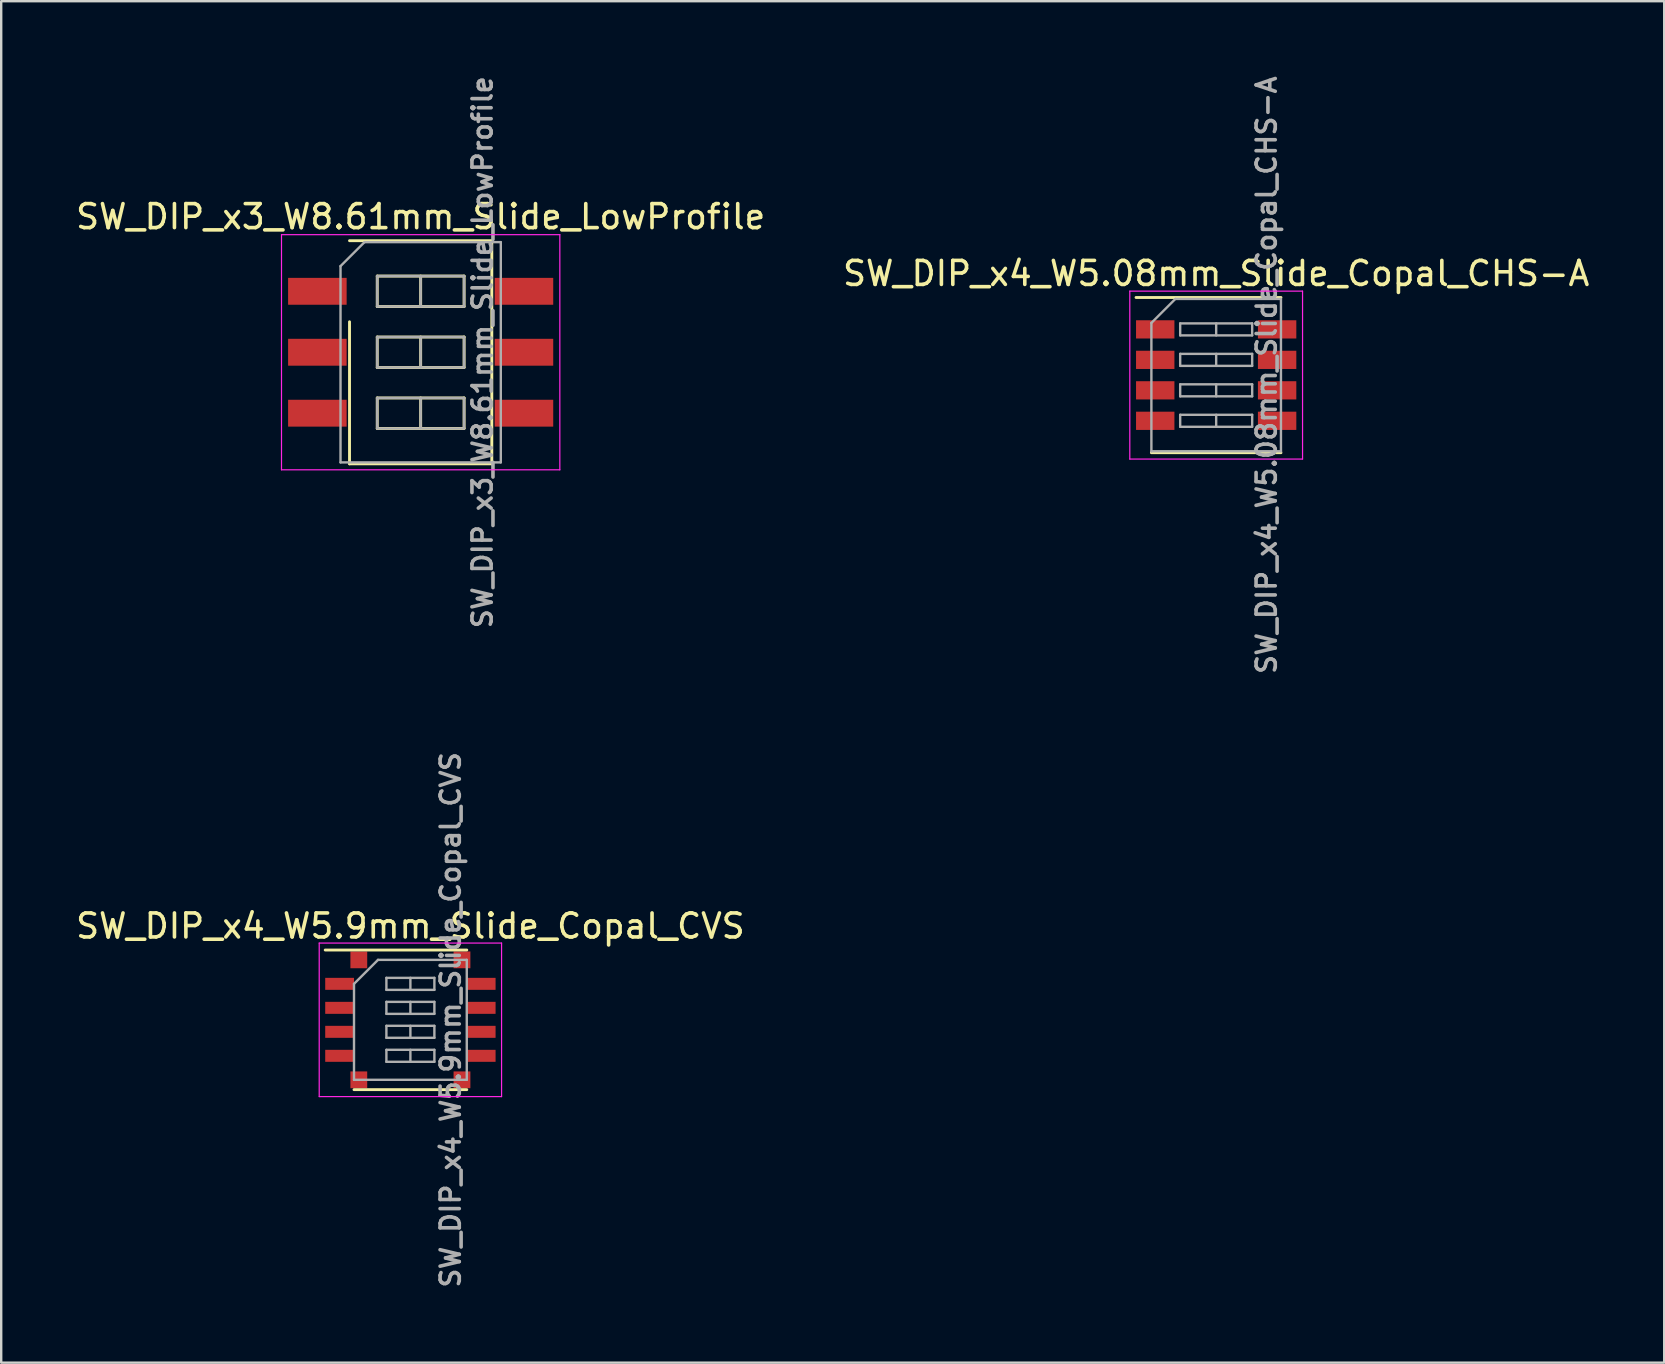
<source format=kicad_pcb>
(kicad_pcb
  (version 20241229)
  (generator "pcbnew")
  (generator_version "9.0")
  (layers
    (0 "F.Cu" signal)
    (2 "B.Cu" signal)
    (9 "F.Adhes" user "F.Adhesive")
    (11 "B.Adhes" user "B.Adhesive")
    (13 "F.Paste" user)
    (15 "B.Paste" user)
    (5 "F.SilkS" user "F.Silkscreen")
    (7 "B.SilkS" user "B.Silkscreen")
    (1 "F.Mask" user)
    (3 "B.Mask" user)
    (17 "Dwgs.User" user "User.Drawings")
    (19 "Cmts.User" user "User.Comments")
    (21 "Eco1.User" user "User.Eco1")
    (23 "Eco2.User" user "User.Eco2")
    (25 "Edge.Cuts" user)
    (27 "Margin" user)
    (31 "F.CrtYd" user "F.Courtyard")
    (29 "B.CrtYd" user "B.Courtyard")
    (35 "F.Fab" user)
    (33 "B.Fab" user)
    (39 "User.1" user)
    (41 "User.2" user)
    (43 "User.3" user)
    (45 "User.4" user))
  (footprint "SW_DIP_x4_W5.08mm_Slide_Copal_CHS-A"
    (layer "F.Cu")
    (at 47.637 12.583)
    (property "Reference" "SW_DIP_x4_W5.08mm_Slide_Copal_CHS-A" (at 0 -4.235 0) (layer "F.SilkS") (effects (font (size 1 1) (thickness 0.15))))
    (attr smd)
    (fp_line (start -3.34 -3.235) (end 2.7 -3.235) (stroke (width 0.12) (type solid)) (layer "F.SilkS"))
    (fp_line (start -2.7 3.235) (end 2.7 3.235) (stroke (width 0.12) (type solid)) (layer "F.SilkS"))
    (fp_line (start -3.6 -3.5) (end -3.6 3.5) (stroke (width 0.05) (type solid)) (layer "F.CrtYd"))
    (fp_line (start -3.6 3.5) (end 3.6 3.5) (stroke (width 0.05) (type solid)) (layer "F.CrtYd"))
    (fp_line (start 3.6 -3.5) (end -3.6 -3.5) (stroke (width 0.05) (type solid)) (layer "F.CrtYd"))
    (fp_line (start 3.6 3.5) (end 3.6 -3.5) (stroke (width 0.05) (type solid)) (layer "F.CrtYd"))
    (fp_line (start -2.7 -2.175) (end -1.7 -3.175) (stroke (width 0.1) (type solid)) (layer "F.Fab"))
    (fp_line (start -2.7 3.175) (end -2.7 -2.175) (stroke (width 0.1) (type solid)) (layer "F.Fab"))
    (fp_line (start -1.7 -3.175) (end 2.7 -3.175) (stroke (width 0.1) (type solid)) (layer "F.Fab"))
    (fp_line (start -1.5 -2.155) (end -1.5 -1.655) (stroke (width 0.1) (type solid)) (layer "F.Fab"))
    (fp_line (start -1.5 -1.655) (end 1.5 -1.655) (stroke (width 0.1) (type solid)) (layer "F.Fab"))
    (fp_line (start -1.5 -0.885) (end -1.5 -0.385) (stroke (width 0.1) (type solid)) (layer "F.Fab"))
    (fp_line (start -1.5 -0.385) (end 1.5 -0.385) (stroke (width 0.1) (type solid)) (layer "F.Fab"))
    (fp_line (start -1.5 0.385) (end -1.5 0.885) (stroke (width 0.1) (type solid)) (layer "F.Fab"))
    (fp_line (start -1.5 0.885) (end 1.5 0.885) (stroke (width 0.1) (type solid)) (layer "F.Fab"))
    (fp_line (start -1.5 1.655) (end -1.5 2.155) (stroke (width 0.1) (type solid)) (layer "F.Fab"))
    (fp_line (start -1.5 2.155) (end 1.5 2.155) (stroke (width 0.1) (type solid)) (layer "F.Fab"))
    (fp_line (start 0 -2.155) (end 0 -1.655) (stroke (width 0.1) (type solid)) (layer "F.Fab"))
    (fp_line (start 0 -0.885) (end 0 -0.385) (stroke (width 0.1) (type solid)) (layer "F.Fab"))
    (fp_line (start 0 0.385) (end 0 0.885) (stroke (width 0.1) (type solid)) (layer "F.Fab"))
    (fp_line (start 0 1.655) (end 0 2.155) (stroke (width 0.1) (type solid)) (layer "F.Fab"))
    (fp_line (start 1.5 -2.155) (end -1.5 -2.155) (stroke (width 0.1) (type solid)) (layer "F.Fab"))
    (fp_line (start 1.5 -1.655) (end 1.5 -2.155) (stroke (width 0.1) (type solid)) (layer "F.Fab"))
    (fp_line (start 1.5 -0.885) (end -1.5 -0.885) (stroke (width 0.1) (type solid)) (layer "F.Fab"))
    (fp_line (start 1.5 -0.385) (end 1.5 -0.885) (stroke (width 0.1) (type solid)) (layer "F.Fab"))
    (fp_line (start 1.5 0.385) (end -1.5 0.385) (stroke (width 0.1) (type solid)) (layer "F.Fab"))
    (fp_line (start 1.5 0.885) (end 1.5 0.385) (stroke (width 0.1) (type solid)) (layer "F.Fab"))
    (fp_line (start 1.5 1.655) (end -1.5 1.655) (stroke (width 0.1) (type solid)) (layer "F.Fab"))
    (fp_line (start 1.5 2.155) (end 1.5 1.655) (stroke (width 0.1) (type solid)) (layer "F.Fab"))
    (fp_line (start 2.7 -3.175) (end 2.7 3.175) (stroke (width 0.1) (type solid)) (layer "F.Fab"))
    (fp_line (start 2.7 3.175) (end -2.7 3.175) (stroke (width 0.1) (type solid)) (layer "F.Fab"))
    (fp_text user "${REFERENCE}" (at 2.1 0 90) (layer "F.Fab") (effects (font (size 0.8 0.8) (thickness 0.15))))
    (pad "1" smd rect (at -2.54 -1.905) (size 1.6 0.76) (layers "F.Cu" "F.Mask" "F.Paste"))
    (pad "2" smd rect (at -2.54 -0.635) (size 1.6 0.76) (layers "F.Cu" "F.Mask" "F.Paste"))
    (pad "3" smd rect (at -2.54 0.635) (size 1.6 0.76) (layers "F.Cu" "F.Mask" "F.Paste"))
    (pad "4" smd rect (at -2.54 1.905) (size 1.6 0.76) (layers "F.Cu" "F.Mask" "F.Paste"))
    (pad "5" smd rect (at 2.54 1.905) (size 1.6 0.76) (layers "F.Cu" "F.Mask" "F.Paste"))
    (pad "6" smd rect (at 2.54 0.635) (size 1.6 0.76) (layers "F.Cu" "F.Mask" "F.Paste"))
    (pad "7" smd rect (at 2.54 -0.635) (size 1.6 0.76) (layers "F.Cu" "F.Mask" "F.Paste"))
    (pad "8" smd rect (at 2.54 -1.905) (size 1.6 0.76) (layers "F.Cu" "F.Mask" "F.Paste")))
  (footprint "SW_DIP_x3_W8.61mm_Slide_LowProfile"
    (layer "F.Cu")
    (at 14.482 11.631)
    (property "Reference" "SW_DIP_x3_W8.61mm_Slide_LowProfile" (at 0 -5.65 0) (layer "F.SilkS") (effects (font (size 1 1) (thickness 0.15))))
    (attr smd)
    (fp_line (start -2.965 -4.65) (end 2.965 -4.65) (stroke (width 0.12) (type solid)) (layer "F.SilkS"))
    (fp_line (start -2.965 4.65) (end -2.965 -1.27) (stroke (width 0.12) (type solid)) (layer "F.SilkS"))
    (fp_line (start -1.81 -3.175) (end -1.81 -1.905) (stroke (width 0.12) (type solid)) (layer "F.SilkS"))
    (fp_line (start -1.81 -1.905) (end 1.81 -1.905) (stroke (width 0.12) (type solid)) (layer "F.SilkS"))
    (fp_line (start -1.81 -0.635) (end -1.81 0.635) (stroke (width 0.12) (type solid)) (layer "F.SilkS"))
    (fp_line (start -1.81 0.635) (end 1.81 0.635) (stroke (width 0.12) (type solid)) (layer "F.SilkS"))
    (fp_line (start -1.81 1.905) (end -1.81 3.175) (stroke (width 0.12) (type solid)) (layer "F.SilkS"))
    (fp_line (start -1.81 3.175) (end 1.81 3.175) (stroke (width 0.12) (type solid)) (layer "F.SilkS"))
    (fp_line (start 0 -3.175) (end 0 -1.905) (stroke (width 0.12) (type solid)) (layer "F.SilkS"))
    (fp_line (start 0 -0.635) (end 0 0.635) (stroke (width 0.12) (type solid)) (layer "F.SilkS"))
    (fp_line (start 0 1.905) (end 0 3.175) (stroke (width 0.12) (type solid)) (layer "F.SilkS"))
    (fp_line (start 1.81 -3.175) (end -1.81 -3.175) (stroke (width 0.12) (type solid)) (layer "F.SilkS"))
    (fp_line (start 1.81 -1.905) (end 1.81 -3.175) (stroke (width 0.12) (type solid)) (layer "F.SilkS"))
    (fp_line (start 1.81 -0.635) (end -1.81 -0.635) (stroke (width 0.12) (type solid)) (layer "F.SilkS"))
    (fp_line (start 1.81 0.635) (end 1.81 -0.635) (stroke (width 0.12) (type solid)) (layer "F.SilkS"))
    (fp_line (start 1.81 1.905) (end -1.81 1.905) (stroke (width 0.12) (type solid)) (layer "F.SilkS"))
    (fp_line (start 1.81 3.175) (end 1.81 1.905) (stroke (width 0.12) (type solid)) (layer "F.SilkS"))
    (fp_line (start 2.965 -4.65) (end 2.965 4.65) (stroke (width 0.12) (type solid)) (layer "F.SilkS"))
    (fp_line (start 2.965 4.65) (end -2.965 4.65) (stroke (width 0.12) (type solid)) (layer "F.SilkS"))
    (fp_line (start -5.8 -4.9) (end -5.8 4.9) (stroke (width 0.05) (type solid)) (layer "F.CrtYd"))
    (fp_line (start -5.8 4.9) (end 5.8 4.9) (stroke (width 0.05) (type solid)) (layer "F.CrtYd"))
    (fp_line (start 5.8 -4.9) (end -5.8 -4.9) (stroke (width 0.05) (type solid)) (layer "F.CrtYd"))
    (fp_line (start 5.8 4.9) (end 5.8 -4.9) (stroke (width 0.05) (type solid)) (layer "F.CrtYd"))
    (fp_line (start -3.34 -3.59) (end -2.34 -4.59) (stroke (width 0.1) (type solid)) (layer "F.Fab"))
    (fp_line (start -3.34 4.59) (end -3.34 -3.59) (stroke (width 0.1) (type solid)) (layer "F.Fab"))
    (fp_line (start -2.34 -4.59) (end 3.34 -4.59) (stroke (width 0.1) (type solid)) (layer "F.Fab"))
    (fp_line (start -1.81 -3.175) (end -1.81 -1.905) (stroke (width 0.1) (type solid)) (layer "F.Fab"))
    (fp_line (start -1.81 -1.905) (end 1.81 -1.905) (stroke (width 0.1) (type solid)) (layer "F.Fab"))
    (fp_line (start -1.81 -0.635) (end -1.81 0.635) (stroke (width 0.1) (type solid)) (layer "F.Fab"))
    (fp_line (start -1.81 0.635) (end 1.81 0.635) (stroke (width 0.1) (type solid)) (layer "F.Fab"))
    (fp_line (start -1.81 1.905) (end -1.81 3.175) (stroke (width 0.1) (type solid)) (layer "F.Fab"))
    (fp_line (start -1.81 3.175) (end 1.81 3.175) (stroke (width 0.1) (type solid)) (layer "F.Fab"))
    (fp_line (start 0 -3.175) (end 0 -1.905) (stroke (width 0.1) (type solid)) (layer "F.Fab"))
    (fp_line (start 0 -0.635) (end 0 0.635) (stroke (width 0.1) (type solid)) (layer "F.Fab"))
    (fp_line (start 0 1.905) (end 0 3.175) (stroke (width 0.1) (type solid)) (layer "F.Fab"))
    (fp_line (start 1.81 -3.175) (end -1.81 -3.175) (stroke (width 0.1) (type solid)) (layer "F.Fab"))
    (fp_line (start 1.81 -1.905) (end 1.81 -3.175) (stroke (width 0.1) (type solid)) (layer "F.Fab"))
    (fp_line (start 1.81 -0.635) (end -1.81 -0.635) (stroke (width 0.1) (type solid)) (layer "F.Fab"))
    (fp_line (start 1.81 0.635) (end 1.81 -0.635) (stroke (width 0.1) (type solid)) (layer "F.Fab"))
    (fp_line (start 1.81 1.905) (end -1.81 1.905) (stroke (width 0.1) (type solid)) (layer "F.Fab"))
    (fp_line (start 1.81 3.175) (end 1.81 1.905) (stroke (width 0.1) (type solid)) (layer "F.Fab"))
    (fp_line (start 3.34 -4.59) (end 3.34 4.59) (stroke (width 0.1) (type solid)) (layer "F.Fab"))
    (fp_line (start 3.34 4.59) (end -3.34 4.59) (stroke (width 0.1) (type solid)) (layer "F.Fab"))
    (fp_text user "${REFERENCE}" (at 2.575 0 90) (layer "F.Fab") (effects (font (size 0.8 0.8) (thickness 0.15))))
    (pad "1" smd rect (at -4.305 -2.54) (size 2.44 1.12) (layers "F.Cu" "F.Mask" "F.Paste"))
    (pad "2" smd rect (at -4.305 0) (size 2.44 1.12) (layers "F.Cu" "F.Mask" "F.Paste"))
    (pad "3" smd rect (at -4.305 2.54) (size 2.44 1.12) (layers "F.Cu" "F.Mask" "F.Paste"))
    (pad "4" smd rect (at 4.305 2.54) (size 2.44 1.12) (layers "F.Cu" "F.Mask" "F.Paste"))
    (pad "5" smd rect (at 4.305 0) (size 2.44 1.12) (layers "F.Cu" "F.Mask" "F.Paste"))
    (pad "6" smd rect (at 4.305 -2.54) (size 2.44 1.12) (layers "F.Cu" "F.Mask" "F.Paste")))
  (footprint "SW_DIP_x4_W5.9mm_Slide_Copal_CVS"
    (layer "F.Cu")
    (at 14.054 39.454)
    (property "Reference" "SW_DIP_x4_W5.9mm_Slide_Copal_CVS" (at 0 -3.91 0) (layer "F.SilkS") (effects (font (size 1 1) (thickness 0.15))))
    (attr smd)
    (fp_line (start -3.55 -2.91) (end 2.35 -2.91) (stroke (width 0.12) (type solid)) (layer "F.SilkS"))
    (fp_line (start -2.35 2.91) (end 2.35 2.91) (stroke (width 0.12) (type solid)) (layer "F.SilkS"))
    (fp_line (start -3.8 -3.2) (end -3.8 3.2) (stroke (width 0.05) (type solid)) (layer "F.CrtYd"))
    (fp_line (start -3.8 3.2) (end 3.8 3.2) (stroke (width 0.05) (type solid)) (layer "F.CrtYd"))
    (fp_line (start 3.8 -3.2) (end -3.8 -3.2) (stroke (width 0.05) (type solid)) (layer "F.CrtYd"))
    (fp_line (start 3.8 3.2) (end 3.8 -3.2) (stroke (width 0.05) (type solid)) (layer "F.CrtYd"))
    (fp_line (start -2.35 -1.5) (end -1.35 -2.5) (stroke (width 0.1) (type solid)) (layer "F.Fab"))
    (fp_line (start -2.35 2.5) (end -2.35 -1.5) (stroke (width 0.1) (type solid)) (layer "F.Fab"))
    (fp_line (start -1.35 -2.5) (end 2.35 -2.5) (stroke (width 0.1) (type solid)) (layer "F.Fab"))
    (fp_line (start -1 -1.75) (end -1 -1.25) (stroke (width 0.1) (type solid)) (layer "F.Fab"))
    (fp_line (start -1 -1.25) (end 1 -1.25) (stroke (width 0.1) (type solid)) (layer "F.Fab"))
    (fp_line (start -1 -0.75) (end -1 -0.25) (stroke (width 0.1) (type solid)) (layer "F.Fab"))
    (fp_line (start -1 -0.25) (end 1 -0.25) (stroke (width 0.1) (type solid)) (layer "F.Fab"))
    (fp_line (start -1 0.25) (end -1 0.75) (stroke (width 0.1) (type solid)) (layer "F.Fab"))
    (fp_line (start -1 0.75) (end 1 0.75) (stroke (width 0.1) (type solid)) (layer "F.Fab"))
    (fp_line (start -1 1.25) (end -1 1.75) (stroke (width 0.1) (type solid)) (layer "F.Fab"))
    (fp_line (start -1 1.75) (end 1 1.75) (stroke (width 0.1) (type solid)) (layer "F.Fab"))
    (fp_line (start 0 -1.75) (end 0 -1.25) (stroke (width 0.1) (type solid)) (layer "F.Fab"))
    (fp_line (start 0 -0.75) (end 0 -0.25) (stroke (width 0.1) (type solid)) (layer "F.Fab"))
    (fp_line (start 0 0.25) (end 0 0.75) (stroke (width 0.1) (type solid)) (layer "F.Fab"))
    (fp_line (start 0 1.25) (end 0 1.75) (stroke (width 0.1) (type solid)) (layer "F.Fab"))
    (fp_line (start 1 -1.75) (end -1 -1.75) (stroke (width 0.1) (type solid)) (layer "F.Fab"))
    (fp_line (start 1 -1.25) (end 1 -1.75) (stroke (width 0.1) (type solid)) (layer "F.Fab"))
    (fp_line (start 1 -0.75) (end -1 -0.75) (stroke (width 0.1) (type solid)) (layer "F.Fab"))
    (fp_line (start 1 -0.25) (end 1 -0.75) (stroke (width 0.1) (type solid)) (layer "F.Fab"))
    (fp_line (start 1 0.25) (end -1 0.25) (stroke (width 0.1) (type solid)) (layer "F.Fab"))
    (fp_line (start 1 0.75) (end 1 0.25) (stroke (width 0.1) (type solid)) (layer "F.Fab"))
    (fp_line (start 1 1.25) (end -1 1.25) (stroke (width 0.1) (type solid)) (layer "F.Fab"))
    (fp_line (start 1 1.75) (end 1 1.25) (stroke (width 0.1) (type solid)) (layer "F.Fab"))
    (fp_line (start 2.35 -2.5) (end 2.35 2.5) (stroke (width 0.1) (type solid)) (layer "F.Fab"))
    (fp_line (start 2.35 2.5) (end -2.35 2.5) (stroke (width 0.1) (type solid)) (layer "F.Fab"))
    (fp_text user "${REFERENCE}" (at 1.675 0 90) (layer "F.Fab") (effects (font (size 0.8 0.8) (thickness 0.15))))
    (pad "1" smd rect (at -2.95 -1.5) (size 1.2 0.5) (layers "F.Cu" "F.Mask" "F.Paste"))
    (pad "2" smd rect (at -2.95 -0.5) (size 1.2 0.5) (layers "F.Cu" "F.Mask" "F.Paste"))
    (pad "3" smd rect (at -2.95 0.5) (size 1.2 0.5) (layers "F.Cu" "F.Mask" "F.Paste"))
    (pad "4" smd rect (at -2.95 1.5) (size 1.2 0.5) (layers "F.Cu" "F.Mask" "F.Paste"))
    (pad "5" smd rect (at 2.95 1.5) (size 1.2 0.5) (layers "F.Cu" "F.Mask" "F.Paste"))
    (pad "6" smd rect (at 2.95 0.5) (size 1.2 0.5) (layers "F.Cu" "F.Mask" "F.Paste"))
    (pad "7" smd rect (at 2.95 -0.5) (size 1.2 0.5) (layers "F.Cu" "F.Mask" "F.Paste"))
    (pad "8" smd rect (at 2.95 -1.5) (size 1.2 0.5) (layers "F.Cu" "F.Mask" "F.Paste"))
    (pad "9" smd rect (at -2.15 -2.5) (size 0.7 0.7) (layers "F.Cu" "F.Mask" "F.Paste"))
    (pad "9" smd rect (at -2.15 2.5) (size 0.7 0.7) (layers "F.Cu" "F.Mask" "F.Paste"))
    (pad "9" smd rect (at 2.15 -2.5) (size 0.7 0.7) (layers "F.Cu" "F.Mask" "F.Paste"))
    (pad "9" smd rect (at 2.15 2.5) (size 0.7 0.7) (layers "F.Cu" "F.Mask" "F.Paste")))
  (gr_rect
    (start -3 -3)
    (end 66.31 53.742)
    (stroke (width 0.1) (type default))
    (fill no)
    (layer "Edge.Cuts")))
</source>
